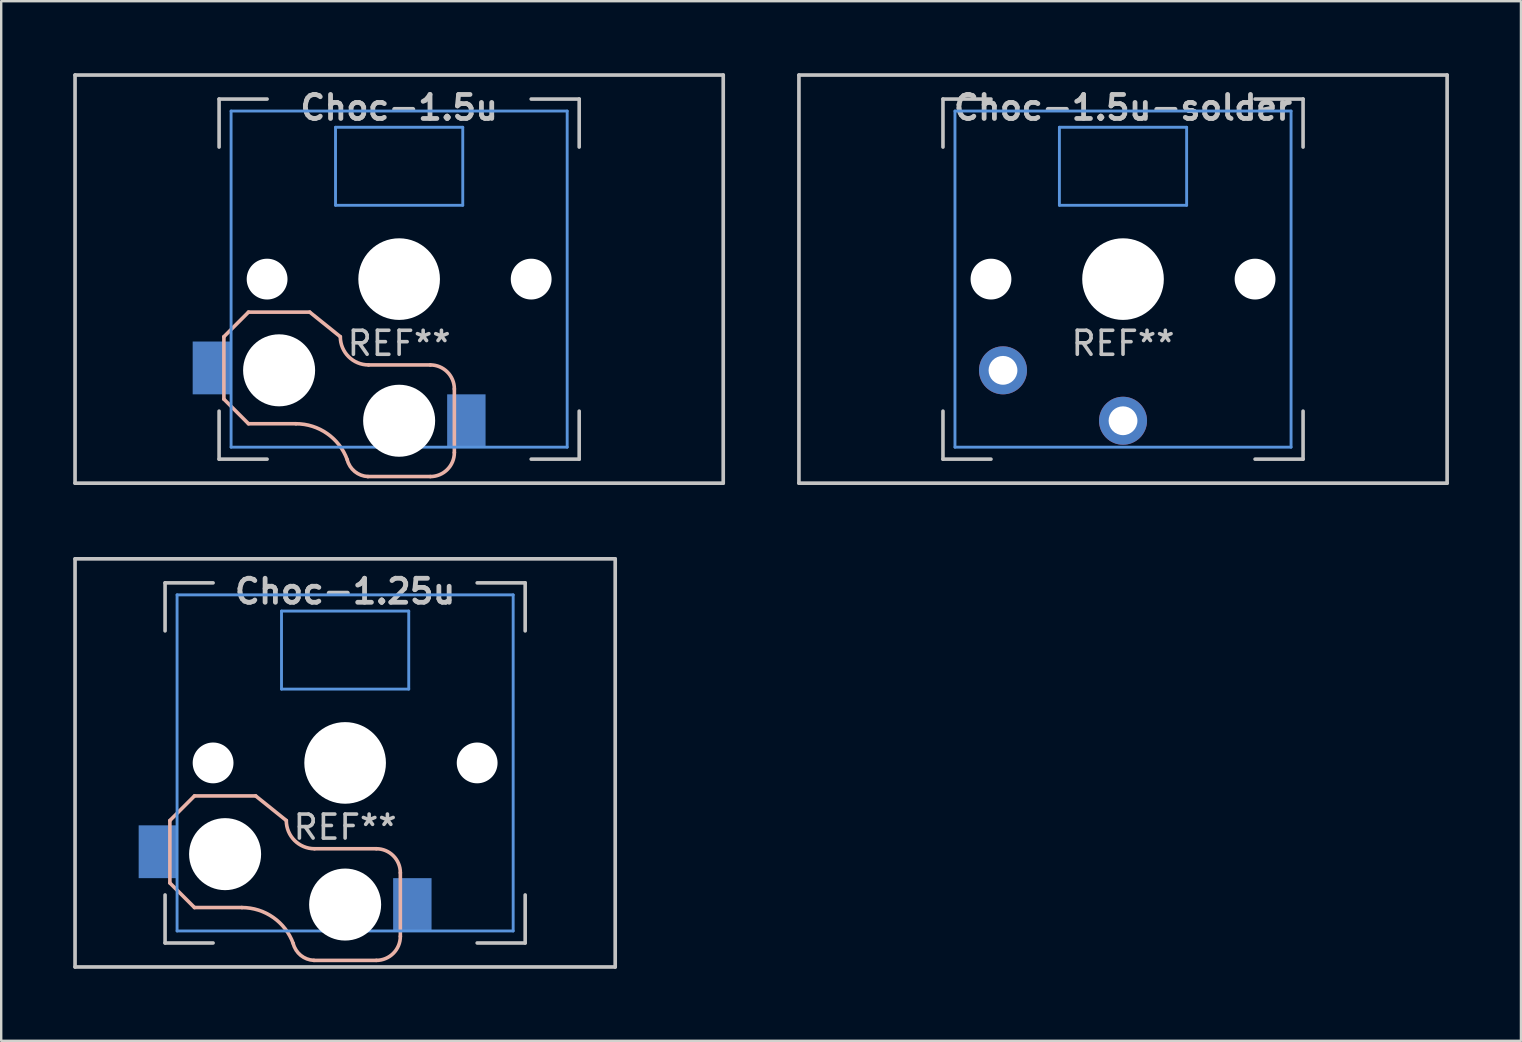
<source format=kicad_pcb>
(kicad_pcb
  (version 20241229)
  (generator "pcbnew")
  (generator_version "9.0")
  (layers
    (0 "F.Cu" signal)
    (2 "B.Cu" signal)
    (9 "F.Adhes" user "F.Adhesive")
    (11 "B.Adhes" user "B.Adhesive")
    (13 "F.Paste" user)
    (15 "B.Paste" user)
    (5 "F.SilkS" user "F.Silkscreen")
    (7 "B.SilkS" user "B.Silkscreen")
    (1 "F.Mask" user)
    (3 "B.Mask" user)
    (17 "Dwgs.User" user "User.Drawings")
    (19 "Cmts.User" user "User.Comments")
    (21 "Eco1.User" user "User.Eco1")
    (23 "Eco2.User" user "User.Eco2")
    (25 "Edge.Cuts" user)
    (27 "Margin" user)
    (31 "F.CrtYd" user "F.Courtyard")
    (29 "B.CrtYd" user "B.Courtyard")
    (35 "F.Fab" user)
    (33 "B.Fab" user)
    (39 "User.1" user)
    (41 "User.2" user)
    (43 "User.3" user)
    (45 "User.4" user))
  (footprint "Choc-1.25u"
    (layer "F.Cu")
    (at 11.326 28.729)
    (property "Reference" "Choc-1.25u" (at 0 -7.144 180) (layer "Dwgs.User") (effects (font (size 1 1) (thickness 0.2))))
    (attr through_hole)
    (fp_line (start -7.3 2.4) (end -7.3 5) (stroke (width 0.15) (type solid)) (layer "B.SilkS"))
    (fp_line (start -7.3 2.4) (end -6.275 1.375) (stroke (width 0.15) (type solid)) (layer "B.SilkS"))
    (fp_line (start -7.3 5) (end -6.275 6.025) (stroke (width 0.15) (type solid)) (layer "B.SilkS"))
    (fp_line (start -4.3 6.025) (end -6.275 6.025) (stroke (width 0.15) (type solid)) (layer "B.SilkS"))
    (fp_line (start -3.725 1.375) (end -6.275 1.375) (stroke (width 0.15) (type solid)) (layer "B.SilkS"))
    (fp_line (start -3.725 1.375) (end -2.45 2.4) (stroke (width 0.15) (type solid)) (layer "B.SilkS"))
    (fp_line (start 1.3 3.575) (end -1.275 3.575) (stroke (width 0.15) (type solid)) (layer "B.SilkS"))
    (fp_line (start 1.3 8.225) (end -1.3 8.225) (stroke (width 0.15) (type solid)) (layer "B.SilkS"))
    (fp_line (start 2.3 4.575) (end 2.3 7.225) (stroke (width 0.15) (type solid)) (layer "B.SilkS"))
    (fp_arc (start -4.3 6.025) (mid -2.995114 6.436429) (end -2.162199 7.521904) (stroke (width 0.15) (type solid)) (layer "B.SilkS"))
    (fp_arc (start -1.300995 8.223791) (mid -1.848284 8.016021) (end -2.162199 7.521904) (stroke (width 0.15) (type solid)) (layer "B.SilkS"))
    (fp_arc (start -1.275 3.575) (mid -2.10585 3.23085) (end -2.45 2.4) (stroke (width 0.15) (type solid)) (layer "B.SilkS"))
    (fp_arc (start 1.3 3.575) (mid 2.007107 3.867893) (end 2.3 4.575) (stroke (width 0.15) (type solid)) (layer "B.SilkS"))
    (fp_arc (start 2.3 7.225) (mid 2.007107 7.932107) (end 1.3 8.225) (stroke (width 0.15) (type solid)) (layer "B.SilkS"))
    (fp_line (start -11.25 -8.5) (end 11.25 -8.5) (stroke (width 0.152) (type solid)) (layer "Dwgs.User"))
    (fp_line (start -11.25 8.5) (end -11.25 -8.5) (stroke (width 0.152) (type solid)) (layer "Dwgs.User"))
    (fp_line (start -7.5 -7.5) (end -7.5 -5.5) (stroke (width 0.15) (type solid)) (layer "Dwgs.User"))
    (fp_line (start -7.5 7.5) (end -7.5 5.5) (stroke (width 0.15) (type solid)) (layer "Dwgs.User"))
    (fp_line (start -5.5 -7.5) (end -7.5 -7.5) (stroke (width 0.15) (type solid)) (layer "Dwgs.User"))
    (fp_line (start -5.5 7.5) (end -7.5 7.5) (stroke (width 0.15) (type solid)) (layer "Dwgs.User"))
    (fp_line (start 5.5 -7.5) (end 7.5 -7.5) (stroke (width 0.15) (type solid)) (layer "Dwgs.User"))
    (fp_line (start 5.5 7.5) (end 7.5 7.5) (stroke (width 0.15) (type solid)) (layer "Dwgs.User"))
    (fp_line (start 7.5 -7.5) (end 7.5 -5.5) (stroke (width 0.15) (type solid)) (layer "Dwgs.User"))
    (fp_line (start 7.5 7.5) (end 7.5 5.5) (stroke (width 0.15) (type solid)) (layer "Dwgs.User"))
    (fp_line (start 11.25 -8.5) (end 11.25 8.5) (stroke (width 0.152) (type solid)) (layer "Dwgs.User"))
    (fp_line (start 11.25 8.5) (end -11.25 8.5) (stroke (width 0.152) (type solid)) (layer "Dwgs.User"))
    (fp_line (start -7 -7) (end -7 7) (stroke (width 0.12) (type solid)) (layer "Cmts.User"))
    (fp_line (start -7 7) (end 7 7) (stroke (width 0.12) (type solid)) (layer "Cmts.User"))
    (fp_line (start -2.65 -6.325) (end 2.65 -6.325) (stroke (width 0.12) (type solid)) (layer "Cmts.User"))
    (fp_line (start -2.65 -3.075) (end -2.65 -6.325) (stroke (width 0.12) (type solid)) (layer "Cmts.User"))
    (fp_line (start 2.65 -6.325) (end 2.65 -3.075) (stroke (width 0.12) (type solid)) (layer "Cmts.User"))
    (fp_line (start 2.65 -3.075) (end -2.65 -3.075) (stroke (width 0.12) (type solid)) (layer "Cmts.User"))
    (fp_line (start 7 -7) (end -7 -7) (stroke (width 0.12) (type solid)) (layer "Cmts.User"))
    (fp_line (start 7 7) (end 7 -7) (stroke (width 0.12) (type solid)) (layer "Cmts.User"))
    (fp_text user "REF**" (at 0 2.675 0) (layer "Dwgs.User") (effects (font (size 1 1) (thickness 0.15))))
    (pad "" np_thru_hole circle (at -5.5 0 180) (size 1.7 1.7) (drill 1.7) (layers "*.Cu" "*.Mask"))
    (pad "" np_thru_hole circle (at -5 3.8 90) (size 3 3) (drill 3) (layers "*.Cu" "*.Mask"))
    (pad "" np_thru_hole circle (at 0 0 90) (size 3.4 3.4) (drill 3.4) (layers "*.Cu" "*.Mask"))
    (pad "" np_thru_hole circle (at 0 5.9 90) (size 3 3) (drill 3) (layers "*.Cu" "*.Mask"))
    (pad "" np_thru_hole circle (at 5.5 0 180) (size 1.7 1.7) (drill 1.7) (layers "*.Cu" "*.Mask"))
    (pad "1" smd rect (at -7.8 3.7 180) (size 1.6 2.2) (layers "B.Cu" "B.Mask" "B.Paste"))
    (pad "2" smd rect (at 2.8 5.9 180) (size 1.6 2.2) (layers "B.Cu" "B.Mask" "B.Paste")))
  (footprint "Choc-1.5u-solder"
    (layer "F.Cu")
    (at 43.729 8.576)
    (property "Reference" "Choc-1.5u-solder" (at 0 -7.144 180) (layer "Dwgs.User") (effects (font (size 1 1) (thickness 0.2))))
    (attr through_hole)
    (fp_line (start -13.5 -8.5) (end 13.5 -8.5) (stroke (width 0.152) (type solid)) (layer "Dwgs.User"))
    (fp_line (start -13.5 8.5) (end -13.5 -8.5) (stroke (width 0.152) (type solid)) (layer "Dwgs.User"))
    (fp_line (start -7.5 -7.5) (end -7.5 -5.5) (stroke (width 0.15) (type solid)) (layer "Dwgs.User"))
    (fp_line (start -7.5 7.5) (end -7.5 5.5) (stroke (width 0.15) (type solid)) (layer "Dwgs.User"))
    (fp_line (start -5.5 -7.5) (end -7.5 -7.5) (stroke (width 0.15) (type solid)) (layer "Dwgs.User"))
    (fp_line (start -5.5 7.5) (end -7.5 7.5) (stroke (width 0.15) (type solid)) (layer "Dwgs.User"))
    (fp_line (start 5.5 -7.5) (end 7.5 -7.5) (stroke (width 0.15) (type solid)) (layer "Dwgs.User"))
    (fp_line (start 5.5 7.5) (end 7.5 7.5) (stroke (width 0.15) (type solid)) (layer "Dwgs.User"))
    (fp_line (start 7.5 -7.5) (end 7.5 -5.5) (stroke (width 0.15) (type solid)) (layer "Dwgs.User"))
    (fp_line (start 7.5 7.5) (end 7.5 5.5) (stroke (width 0.15) (type solid)) (layer "Dwgs.User"))
    (fp_line (start 13.5 -8.5) (end 13.5 8.5) (stroke (width 0.152) (type solid)) (layer "Dwgs.User"))
    (fp_line (start 13.5 8.5) (end -13.5 8.5) (stroke (width 0.152) (type solid)) (layer "Dwgs.User"))
    (fp_line (start -7 -7) (end -7 7) (stroke (width 0.12) (type solid)) (layer "Cmts.User"))
    (fp_line (start -7 7) (end 7 7) (stroke (width 0.12) (type solid)) (layer "Cmts.User"))
    (fp_line (start -2.65 -6.325) (end 2.65 -6.325) (stroke (width 0.12) (type solid)) (layer "Cmts.User"))
    (fp_line (start -2.65 -3.075) (end -2.65 -6.325) (stroke (width 0.12) (type solid)) (layer "Cmts.User"))
    (fp_line (start 2.65 -6.325) (end 2.65 -3.075) (stroke (width 0.12) (type solid)) (layer "Cmts.User"))
    (fp_line (start 2.65 -3.075) (end -2.65 -3.075) (stroke (width 0.12) (type solid)) (layer "Cmts.User"))
    (fp_line (start 7 -7) (end -7 -7) (stroke (width 0.12) (type solid)) (layer "Cmts.User"))
    (fp_line (start 7 7) (end 7 -7) (stroke (width 0.12) (type solid)) (layer "Cmts.User"))
    (fp_text user "REF**" (at 0 2.675 0) (layer "Dwgs.User") (effects (font (size 1 1) (thickness 0.15))))
    (pad "" np_thru_hole circle (at -5.5 0 180) (size 1.7 1.7) (drill 1.7) (layers "*.Cu" "*.Mask"))
    (pad "" np_thru_hole circle (at 0 0 90) (size 3.4 3.4) (drill 3.4) (layers "*.Cu" "*.Mask"))
    (pad "" np_thru_hole circle (at 5.5 0 180) (size 1.7 1.7) (drill 1.7) (layers "*.Cu" "*.Mask"))
    (pad "1" thru_hole circle (at 0 5.9 180) (size 2 2) (drill 1.2) (layers "*.Cu" "*.Mask"))
    (pad "2" thru_hole circle (at -5 3.8 41.9) (size 2 2) (drill 1.2) (layers "*.Cu" "*.Mask")))
  (footprint "Choc-1.5u"
    (layer "F.Cu")
    (at 13.576 8.576)
    (property "Reference" "Choc-1.5u" (at 0 -7.144 180) (layer "Dwgs.User") (effects (font (size 1 1) (thickness 0.2))))
    (attr through_hole)
    (fp_line (start -7.3 2.4) (end -7.3 5) (stroke (width 0.15) (type solid)) (layer "B.SilkS"))
    (fp_line (start -7.3 2.4) (end -6.275 1.375) (stroke (width 0.15) (type solid)) (layer "B.SilkS"))
    (fp_line (start -7.3 5) (end -6.275 6.025) (stroke (width 0.15) (type solid)) (layer "B.SilkS"))
    (fp_line (start -4.3 6.025) (end -6.275 6.025) (stroke (width 0.15) (type solid)) (layer "B.SilkS"))
    (fp_line (start -3.725 1.375) (end -6.275 1.375) (stroke (width 0.15) (type solid)) (layer "B.SilkS"))
    (fp_line (start -3.725 1.375) (end -2.45 2.4) (stroke (width 0.15) (type solid)) (layer "B.SilkS"))
    (fp_line (start 1.3 3.575) (end -1.275 3.575) (stroke (width 0.15) (type solid)) (layer "B.SilkS"))
    (fp_line (start 1.3 8.225) (end -1.3 8.225) (stroke (width 0.15) (type solid)) (layer "B.SilkS"))
    (fp_line (start 2.3 4.575) (end 2.3 7.225) (stroke (width 0.15) (type solid)) (layer "B.SilkS"))
    (fp_arc (start -4.3 6.025) (mid -2.995114 6.436429) (end -2.162199 7.521904) (stroke (width 0.15) (type solid)) (layer "B.SilkS"))
    (fp_arc (start -1.300995 8.223791) (mid -1.848284 8.016021) (end -2.162199 7.521904) (stroke (width 0.15) (type solid)) (layer "B.SilkS"))
    (fp_arc (start -1.275 3.575) (mid -2.10585 3.23085) (end -2.45 2.4) (stroke (width 0.15) (type solid)) (layer "B.SilkS"))
    (fp_arc (start 1.3 3.575) (mid 2.007107 3.867893) (end 2.3 4.575) (stroke (width 0.15) (type solid)) (layer "B.SilkS"))
    (fp_arc (start 2.3 7.225) (mid 2.007107 7.932107) (end 1.3 8.225) (stroke (width 0.15) (type solid)) (layer "B.SilkS"))
    (fp_line (start -13.5 -8.5) (end 13.5 -8.5) (stroke (width 0.152) (type solid)) (layer "Dwgs.User"))
    (fp_line (start -13.5 8.5) (end -13.5 -8.5) (stroke (width 0.152) (type solid)) (layer "Dwgs.User"))
    (fp_line (start -7.5 -7.5) (end -7.5 -5.5) (stroke (width 0.15) (type solid)) (layer "Dwgs.User"))
    (fp_line (start -7.5 7.5) (end -7.5 5.5) (stroke (width 0.15) (type solid)) (layer "Dwgs.User"))
    (fp_line (start -5.5 -7.5) (end -7.5 -7.5) (stroke (width 0.15) (type solid)) (layer "Dwgs.User"))
    (fp_line (start -5.5 7.5) (end -7.5 7.5) (stroke (width 0.15) (type solid)) (layer "Dwgs.User"))
    (fp_line (start 5.5 -7.5) (end 7.5 -7.5) (stroke (width 0.15) (type solid)) (layer "Dwgs.User"))
    (fp_line (start 5.5 7.5) (end 7.5 7.5) (stroke (width 0.15) (type solid)) (layer "Dwgs.User"))
    (fp_line (start 7.5 -7.5) (end 7.5 -5.5) (stroke (width 0.15) (type solid)) (layer "Dwgs.User"))
    (fp_line (start 7.5 7.5) (end 7.5 5.5) (stroke (width 0.15) (type solid)) (layer "Dwgs.User"))
    (fp_line (start 13.5 -8.5) (end 13.5 8.5) (stroke (width 0.152) (type solid)) (layer "Dwgs.User"))
    (fp_line (start 13.5 8.5) (end -13.5 8.5) (stroke (width 0.152) (type solid)) (layer "Dwgs.User"))
    (fp_line (start -7 -7) (end -7 7) (stroke (width 0.12) (type solid)) (layer "Cmts.User"))
    (fp_line (start -7 7) (end 7 7) (stroke (width 0.12) (type solid)) (layer "Cmts.User"))
    (fp_line (start -2.65 -6.325) (end 2.65 -6.325) (stroke (width 0.12) (type solid)) (layer "Cmts.User"))
    (fp_line (start -2.65 -3.075) (end -2.65 -6.325) (stroke (width 0.12) (type solid)) (layer "Cmts.User"))
    (fp_line (start 2.65 -6.325) (end 2.65 -3.075) (stroke (width 0.12) (type solid)) (layer "Cmts.User"))
    (fp_line (start 2.65 -3.075) (end -2.65 -3.075) (stroke (width 0.12) (type solid)) (layer "Cmts.User"))
    (fp_line (start 7 -7) (end -7 -7) (stroke (width 0.12) (type solid)) (layer "Cmts.User"))
    (fp_line (start 7 7) (end 7 -7) (stroke (width 0.12) (type solid)) (layer "Cmts.User"))
    (fp_text user "REF**" (at 0 2.675 0) (layer "Dwgs.User") (effects (font (size 1 1) (thickness 0.15))))
    (pad "" np_thru_hole circle (at -5.5 0 180) (size 1.7 1.7) (drill 1.7) (layers "*.Cu" "*.Mask"))
    (pad "" np_thru_hole circle (at -5 3.8 90) (size 3 3) (drill 3) (layers "*.Cu" "*.Mask"))
    (pad "" np_thru_hole circle (at 0 0 90) (size 3.4 3.4) (drill 3.4) (layers "*.Cu" "*.Mask"))
    (pad "" np_thru_hole circle (at 0 5.9 90) (size 3 3) (drill 3) (layers "*.Cu" "*.Mask"))
    (pad "" np_thru_hole circle (at 5.5 0 180) (size 1.7 1.7) (drill 1.7) (layers "*.Cu" "*.Mask"))
    (pad "1" smd rect (at -7.8 3.7 180) (size 1.6 2.2) (layers "B.Cu" "B.Mask" "B.Paste"))
    (pad "2" smd rect (at 2.8 5.9 180) (size 1.6 2.2) (layers "B.Cu" "B.Mask" "B.Paste")))
  (gr_rect
    (start -3 -3)
    (end 60.305 40.305)
    (stroke (width 0.1) (type default))
    (fill no)
    (layer "Edge.Cuts")))
</source>
